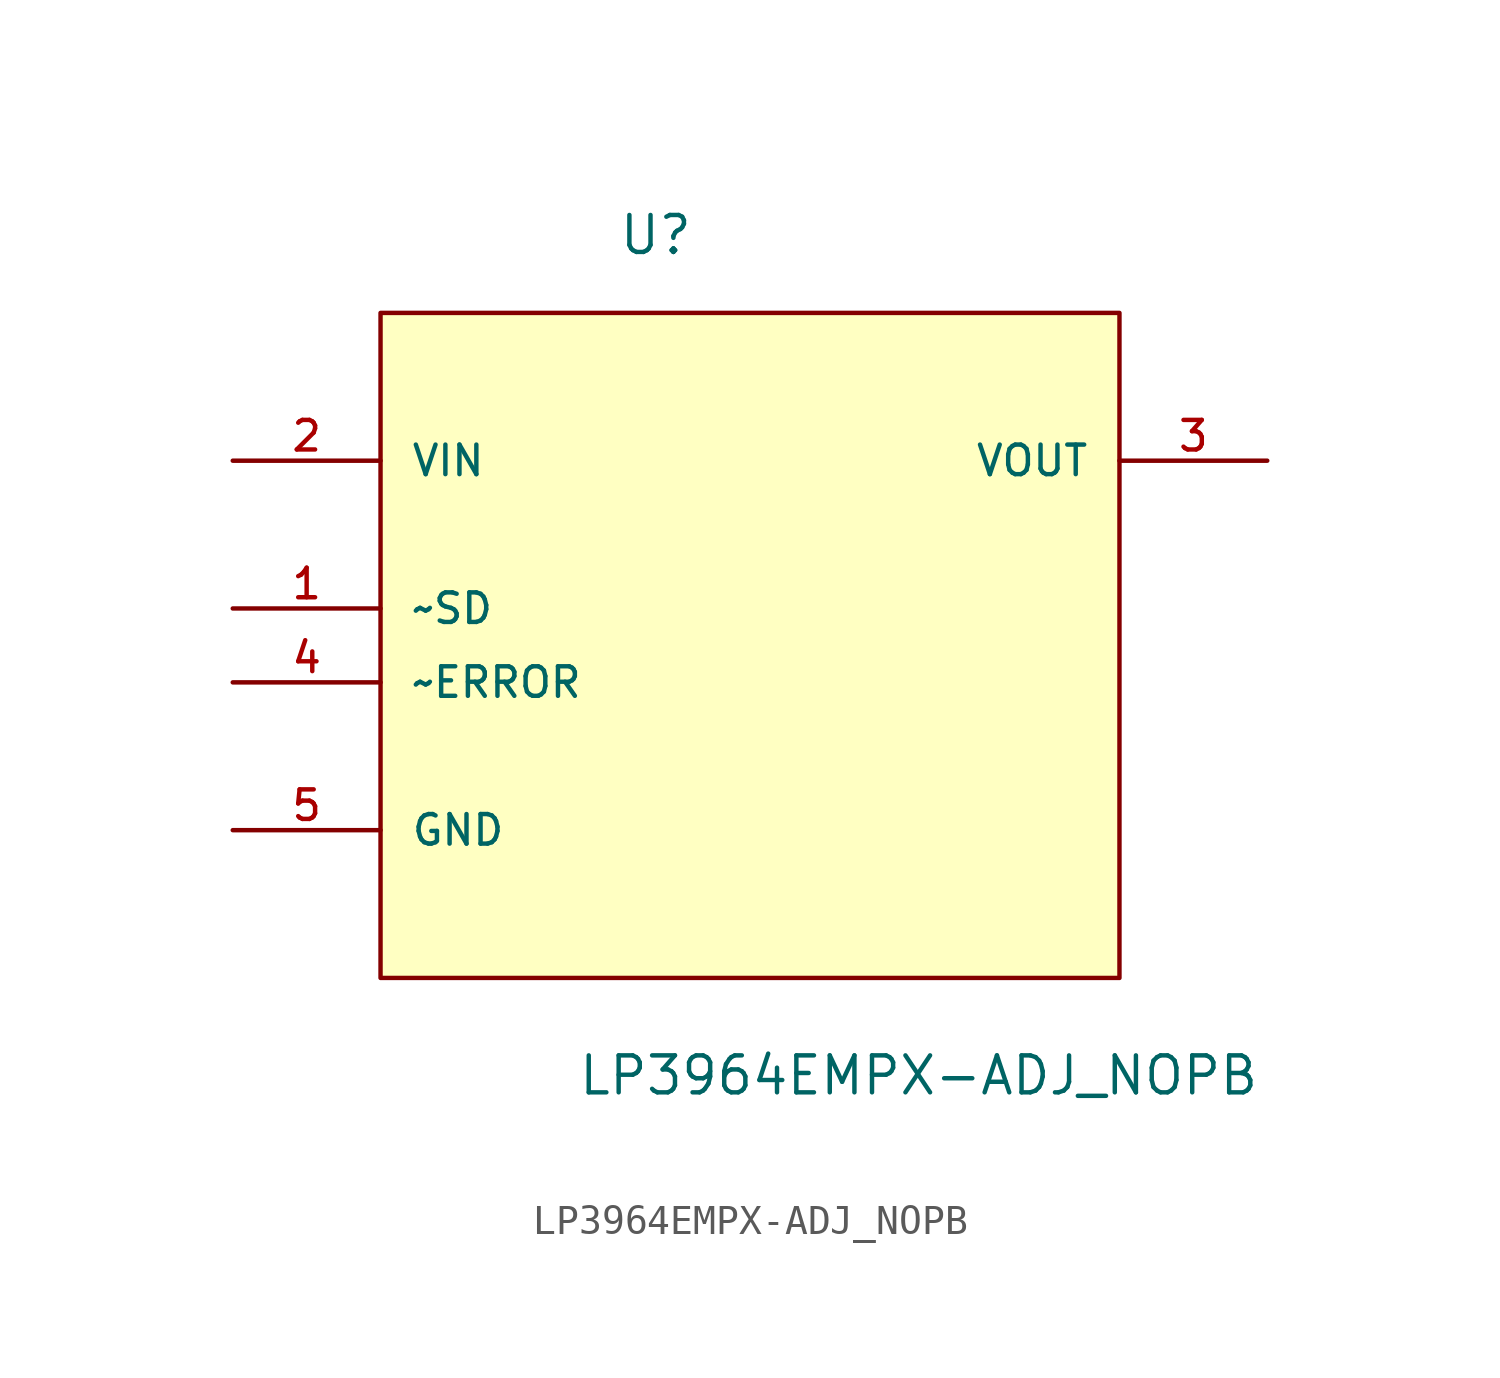
<source format=kicad_sym>
(kicad_symbol_lib
  (version 20211014)
  (generator kicad_symbol_editor)
  (symbol "LP3964EMPX-ADJ_NOPB"
    (pin_names
      (offset 1.016))
    (property "Reference" "U"
      (at -4.548 9.553 0.0)
      (effects (font (size 1.27 1.27)) (justify bottom left)))
    (property "Value" "LP3964EMPX-ADJ_NOPB"
      (at -5.945 -19.335 0.0)
      (effects (font (size 1.27 1.27)) (justify bottom left)))
    (symbol "LP3964EMPX-ADJ_NOPB_0_0"
      (rectangle (start -12.7 -15.24) (end 12.7 7.62) (stroke (width 0.152)) (fill (type background)))
      (pin power_in line (at -17.78 2.54 0) (length 5.08) (name "VIN" (effects (font (size 1.016 1.016)))) (number "2" (effects (font (size 1.016 1.016)))))
      (pin input line (at -17.78 -2.54 0) (length 5.08) (name "~SD" (effects (font (size 1.016 1.016)))) (number "1" (effects (font (size 1.016 1.016)))))
      (pin input line (at -17.78 -5.08 0) (length 5.08) (name "~ERROR" (effects (font (size 1.016 1.016)))) (number "4" (effects (font (size 1.016 1.016)))))
      (pin passive line (at -17.78 -10.16 0) (length 5.08) (name "GND" (effects (font (size 1.016 1.016)))) (number "5" (effects (font (size 1.016 1.016)))))
      (pin output line (at 17.78 2.54 180.0) (length 5.08) (name "VOUT" (effects (font (size 1.016 1.016)))) (number "3" (effects (font (size 1.016 1.016))))))))
</source>
